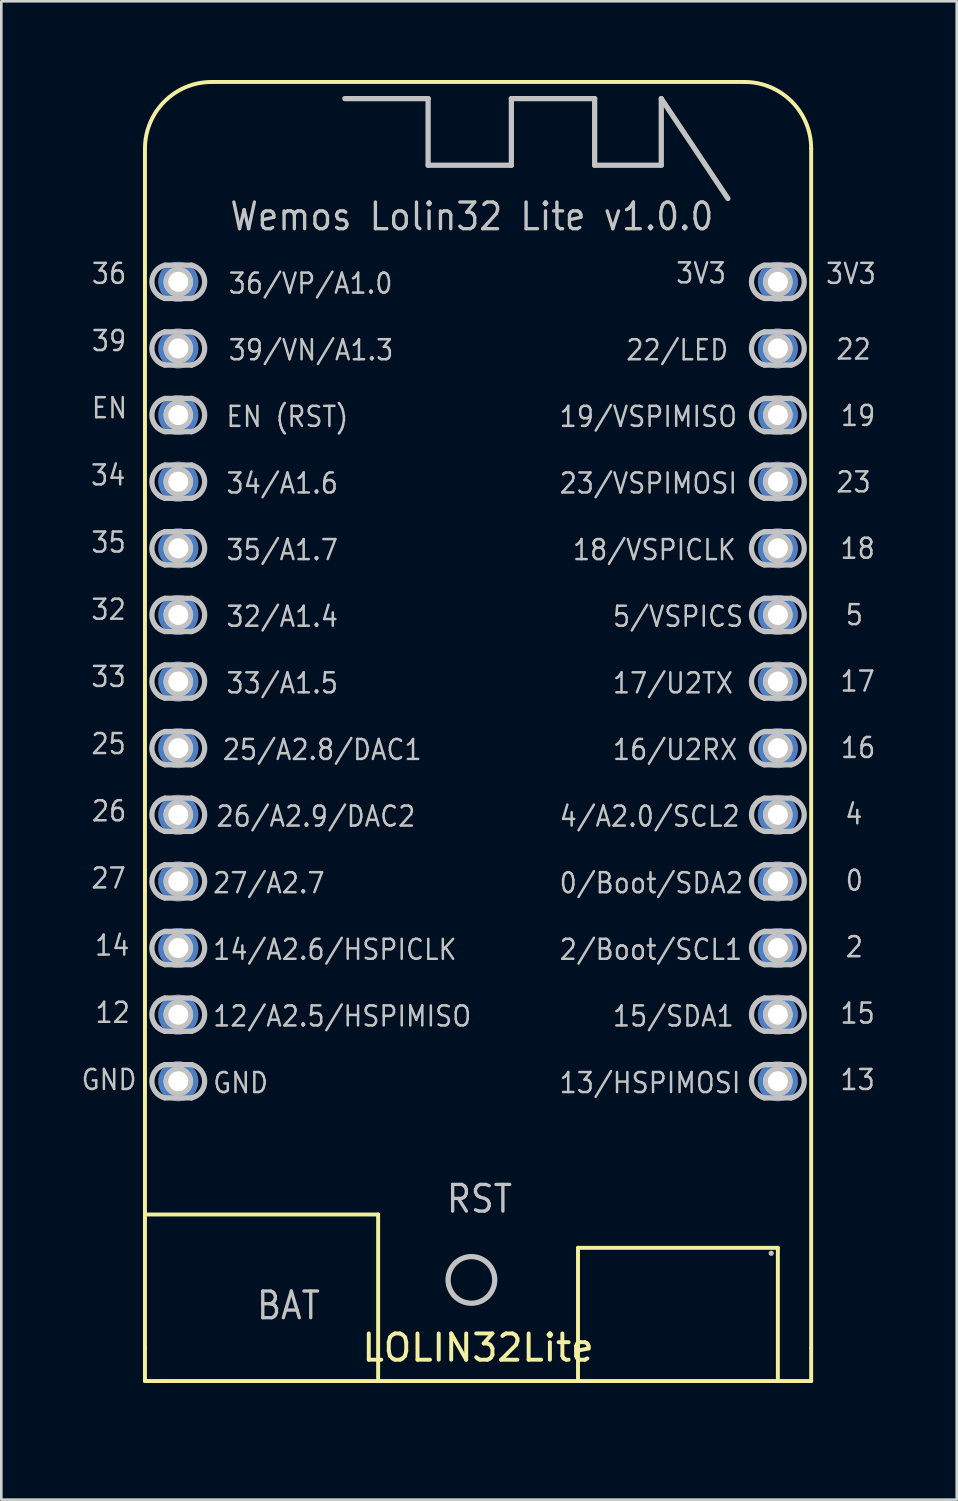
<source format=kicad_pcb>
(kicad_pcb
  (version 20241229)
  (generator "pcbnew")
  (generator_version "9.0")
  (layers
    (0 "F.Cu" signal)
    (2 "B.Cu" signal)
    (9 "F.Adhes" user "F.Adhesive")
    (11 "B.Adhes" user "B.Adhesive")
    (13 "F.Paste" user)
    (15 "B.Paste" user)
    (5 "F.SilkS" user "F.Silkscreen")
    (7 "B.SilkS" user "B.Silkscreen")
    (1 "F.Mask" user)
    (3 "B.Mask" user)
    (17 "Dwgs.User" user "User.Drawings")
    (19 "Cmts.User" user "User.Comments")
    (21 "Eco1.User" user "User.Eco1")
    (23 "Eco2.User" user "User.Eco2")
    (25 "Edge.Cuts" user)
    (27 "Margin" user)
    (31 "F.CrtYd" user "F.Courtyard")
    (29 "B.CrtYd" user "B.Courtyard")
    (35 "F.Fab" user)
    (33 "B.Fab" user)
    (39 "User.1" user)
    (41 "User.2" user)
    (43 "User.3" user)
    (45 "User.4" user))
  (footprint "LOLIN32Lite"
    (layer "F.Cu")
    (at 15.177 50.875)
    (property "Reference" "LOLIN32Lite" (at 0 -2.54 0) (layer "F.SilkS") (effects (font (size 1 1) (thickness 0.15))))
    (attr through_hole)
    (fp_line (start -12.7 -48.26) (end -12.7 -2.54) (stroke (width 0.15) (type solid)) (layer "F.SilkS"))
    (fp_line (start -12.7 -1.27) (end -12.7 -2.54) (stroke (width 0.15) (type solid)) (layer "F.SilkS"))
    (fp_line (start -10.16 -50.8) (end 10.16 -50.8) (stroke (width 0.15) (type solid)) (layer "F.SilkS"))
    (fp_line (start -3.81 -7.62) (end -12.7 -7.62) (stroke (width 0.15) (type solid)) (layer "F.SilkS"))
    (fp_line (start -3.81 -1.27) (end -3.81 -7.62) (stroke (width 0.15) (type solid)) (layer "F.SilkS"))
    (fp_line (start 3.81 -6.35) (end 11.43 -6.35) (stroke (width 0.15) (type solid)) (layer "F.SilkS"))
    (fp_line (start 3.81 -1.27) (end 3.81 -6.35) (stroke (width 0.15) (type solid)) (layer "F.SilkS"))
    (fp_line (start 11.43 -6.35) (end 11.43 -1.27) (stroke (width 0.15) (type solid)) (layer "F.SilkS"))
    (fp_line (start 12.7 -48.26) (end 12.7 -2.54) (stroke (width 0.15) (type solid)) (layer "F.SilkS"))
    (fp_line (start 12.7 -2.54) (end 12.7 -1.27) (stroke (width 0.15) (type solid)) (layer "F.SilkS"))
    (fp_line (start 12.7 -1.27) (end -12.7 -1.27) (stroke (width 0.15) (type solid)) (layer "F.SilkS"))
    (fp_arc (start -12.7 -48.26) (mid -11.956051 -50.056051) (end -10.16 -50.8) (stroke (width 0.15) (type solid)) (layer "F.SilkS"))
    (fp_arc (start 10.16 -50.8) (mid 11.956051 -50.056051) (end 12.7 -48.26) (stroke (width 0.15) (type solid)) (layer "F.SilkS"))
    (fp_line (start -11.938 -43.815) (end -10.922 -43.815) (stroke (width 0.2) (type solid)) (layer "Dwgs.User"))
    (fp_line (start -11.938 -41.275) (end -10.922 -41.275) (stroke (width 0.2) (type solid)) (layer "Dwgs.User"))
    (fp_line (start -11.938 -38.735) (end -10.922 -38.735) (stroke (width 0.2) (type solid)) (layer "Dwgs.User"))
    (fp_line (start -11.938 -36.195) (end -10.922 -36.195) (stroke (width 0.2) (type solid)) (layer "Dwgs.User"))
    (fp_line (start -11.938 -33.655) (end -10.922 -33.655) (stroke (width 0.2) (type solid)) (layer "Dwgs.User"))
    (fp_line (start -11.938 -31.115) (end -10.922 -31.115) (stroke (width 0.2) (type solid)) (layer "Dwgs.User"))
    (fp_line (start -11.938 -28.575) (end -10.922 -28.575) (stroke (width 0.2) (type solid)) (layer "Dwgs.User"))
    (fp_line (start -11.938 -26.035) (end -10.922 -26.035) (stroke (width 0.2) (type solid)) (layer "Dwgs.User"))
    (fp_line (start -11.938 -23.495) (end -10.922 -23.495) (stroke (width 0.2) (type solid)) (layer "Dwgs.User"))
    (fp_line (start -11.938 -20.955) (end -10.922 -20.955) (stroke (width 0.2) (type solid)) (layer "Dwgs.User"))
    (fp_line (start -11.938 -18.415) (end -10.922 -18.415) (stroke (width 0.2) (type solid)) (layer "Dwgs.User"))
    (fp_line (start -11.938 -15.875) (end -10.922 -15.875) (stroke (width 0.2) (type solid)) (layer "Dwgs.User"))
    (fp_line (start -11.938 -13.335) (end -10.922 -13.335) (stroke (width 0.2) (type solid)) (layer "Dwgs.User"))
    (fp_line (start -10.922 -42.545) (end -11.938 -42.545) (stroke (width 0.2) (type solid)) (layer "Dwgs.User"))
    (fp_line (start -10.922 -40.005) (end -11.938 -40.005) (stroke (width 0.2) (type solid)) (layer "Dwgs.User"))
    (fp_line (start -10.922 -37.465) (end -11.938 -37.465) (stroke (width 0.2) (type solid)) (layer "Dwgs.User"))
    (fp_line (start -10.922 -34.925) (end -11.938 -34.925) (stroke (width 0.2) (type solid)) (layer "Dwgs.User"))
    (fp_line (start -10.922 -32.385) (end -11.938 -32.385) (stroke (width 0.2) (type solid)) (layer "Dwgs.User"))
    (fp_line (start -10.922 -29.845) (end -11.938 -29.845) (stroke (width 0.2) (type solid)) (layer "Dwgs.User"))
    (fp_line (start -10.922 -27.305) (end -11.938 -27.305) (stroke (width 0.2) (type solid)) (layer "Dwgs.User"))
    (fp_line (start -10.922 -24.765) (end -11.938 -24.765) (stroke (width 0.2) (type solid)) (layer "Dwgs.User"))
    (fp_line (start -10.922 -22.225) (end -11.938 -22.225) (stroke (width 0.2) (type solid)) (layer "Dwgs.User"))
    (fp_line (start -10.922 -19.685) (end -11.938 -19.685) (stroke (width 0.2) (type solid)) (layer "Dwgs.User"))
    (fp_line (start -10.922 -17.145) (end -11.938 -17.145) (stroke (width 0.2) (type solid)) (layer "Dwgs.User"))
    (fp_line (start -10.922 -14.605) (end -11.938 -14.605) (stroke (width 0.2) (type solid)) (layer "Dwgs.User"))
    (fp_line (start -10.922 -12.065) (end -11.938 -12.065) (stroke (width 0.2) (type solid)) (layer "Dwgs.User"))
    (fp_line (start -5.08 -50.165) (end -1.905 -50.165) (stroke (width 0.2) (type solid)) (layer "Dwgs.User"))
    (fp_line (start -1.905 -50.165) (end -1.905 -47.625) (stroke (width 0.2) (type solid)) (layer "Dwgs.User"))
    (fp_line (start -1.905 -47.625) (end 1.27 -47.625) (stroke (width 0.2) (type solid)) (layer "Dwgs.User"))
    (fp_line (start 1.27 -50.165) (end 4.445 -50.165) (stroke (width 0.2) (type solid)) (layer "Dwgs.User"))
    (fp_line (start 1.27 -47.625) (end 1.27 -50.165) (stroke (width 0.2) (type solid)) (layer "Dwgs.User"))
    (fp_line (start 4.445 -50.165) (end 4.445 -47.625) (stroke (width 0.2) (type solid)) (layer "Dwgs.User"))
    (fp_line (start 4.445 -47.625) (end 6.985 -47.625) (stroke (width 0.2) (type solid)) (layer "Dwgs.User"))
    (fp_line (start 6.985 -50.165) (end 9.525 -46.355) (stroke (width 0.2) (type solid)) (layer "Dwgs.User"))
    (fp_line (start 6.985 -47.625) (end 6.985 -50.165) (stroke (width 0.2) (type solid)) (layer "Dwgs.User"))
    (fp_line (start 10.922 -43.815) (end 11.938 -43.815) (stroke (width 0.2) (type solid)) (layer "Dwgs.User"))
    (fp_line (start 10.922 -41.275) (end 11.938 -41.275) (stroke (width 0.2) (type solid)) (layer "Dwgs.User"))
    (fp_line (start 10.922 -38.735) (end 11.938 -38.735) (stroke (width 0.2) (type solid)) (layer "Dwgs.User"))
    (fp_line (start 10.922 -36.195) (end 11.938 -36.195) (stroke (width 0.2) (type solid)) (layer "Dwgs.User"))
    (fp_line (start 10.922 -33.655) (end 11.938 -33.655) (stroke (width 0.2) (type solid)) (layer "Dwgs.User"))
    (fp_line (start 10.922 -31.115) (end 11.938 -31.115) (stroke (width 0.2) (type solid)) (layer "Dwgs.User"))
    (fp_line (start 10.922 -28.575) (end 11.938 -28.575) (stroke (width 0.2) (type solid)) (layer "Dwgs.User"))
    (fp_line (start 10.922 -26.035) (end 11.938 -26.035) (stroke (width 0.2) (type solid)) (layer "Dwgs.User"))
    (fp_line (start 10.922 -23.495) (end 11.938 -23.495) (stroke (width 0.2) (type solid)) (layer "Dwgs.User"))
    (fp_line (start 10.922 -20.955) (end 11.938 -20.955) (stroke (width 0.2) (type solid)) (layer "Dwgs.User"))
    (fp_line (start 10.922 -18.415) (end 11.938 -18.415) (stroke (width 0.2) (type solid)) (layer "Dwgs.User"))
    (fp_line (start 10.922 -15.875) (end 11.938 -15.875) (stroke (width 0.2) (type solid)) (layer "Dwgs.User"))
    (fp_line (start 10.922 -13.335) (end 11.938 -13.335) (stroke (width 0.2) (type solid)) (layer "Dwgs.User"))
    (fp_line (start 11.176 -6.142) (end 11.176 -6.142) (stroke (width 0.2) (type solid)) (layer "Dwgs.User"))
    (fp_line (start 11.938 -42.545) (end 10.922 -42.545) (stroke (width 0.2) (type solid)) (layer "Dwgs.User"))
    (fp_line (start 11.938 -40.005) (end 10.922 -40.005) (stroke (width 0.2) (type solid)) (layer "Dwgs.User"))
    (fp_line (start 11.938 -37.465) (end 10.922 -37.465) (stroke (width 0.2) (type solid)) (layer "Dwgs.User"))
    (fp_line (start 11.938 -34.925) (end 10.922 -34.925) (stroke (width 0.2) (type solid)) (layer "Dwgs.User"))
    (fp_line (start 11.938 -32.385) (end 10.922 -32.385) (stroke (width 0.2) (type solid)) (layer "Dwgs.User"))
    (fp_line (start 11.938 -29.845) (end 10.922 -29.845) (stroke (width 0.2) (type solid)) (layer "Dwgs.User"))
    (fp_line (start 11.938 -27.305) (end 10.922 -27.305) (stroke (width 0.2) (type solid)) (layer "Dwgs.User"))
    (fp_line (start 11.938 -24.765) (end 10.922 -24.765) (stroke (width 0.2) (type solid)) (layer "Dwgs.User"))
    (fp_line (start 11.938 -22.225) (end 10.922 -22.225) (stroke (width 0.2) (type solid)) (layer "Dwgs.User"))
    (fp_line (start 11.938 -19.685) (end 10.922 -19.685) (stroke (width 0.2) (type solid)) (layer "Dwgs.User"))
    (fp_line (start 11.938 -17.145) (end 10.922 -17.145) (stroke (width 0.2) (type solid)) (layer "Dwgs.User"))
    (fp_line (start 11.938 -14.605) (end 10.922 -14.605) (stroke (width 0.2) (type solid)) (layer "Dwgs.User"))
    (fp_line (start 11.938 -12.065) (end 10.922 -12.065) (stroke (width 0.2) (type solid)) (layer "Dwgs.User"))
    (fp_arc (start -11.938001 -42.545) (mid -12.436729 -43.18) (end -11.938 -43.815) (stroke (width 0.2) (type solid)) (layer "Dwgs.User"))
    (fp_arc (start -11.938001 -40.005) (mid -12.436729 -40.64) (end -11.938 -41.275) (stroke (width 0.2) (type solid)) (layer "Dwgs.User"))
    (fp_arc (start -11.938001 -37.465) (mid -12.436729 -38.1) (end -11.938 -38.735) (stroke (width 0.2) (type solid)) (layer "Dwgs.User"))
    (fp_arc (start -11.938001 -34.925) (mid -12.436729 -35.56) (end -11.938 -36.195) (stroke (width 0.2) (type solid)) (layer "Dwgs.User"))
    (fp_arc (start -11.938001 -32.385) (mid -12.436729 -33.02) (end -11.938 -33.655) (stroke (width 0.2) (type solid)) (layer "Dwgs.User"))
    (fp_arc (start -11.938001 -29.845) (mid -12.436729 -30.48) (end -11.938 -31.115) (stroke (width 0.2) (type solid)) (layer "Dwgs.User"))
    (fp_arc (start -11.938001 -27.305) (mid -12.436729 -27.94) (end -11.938 -28.575) (stroke (width 0.2) (type solid)) (layer "Dwgs.User"))
    (fp_arc (start -11.938001 -24.765) (mid -12.436729 -25.4) (end -11.938 -26.035) (stroke (width 0.2) (type solid)) (layer "Dwgs.User"))
    (fp_arc (start -11.938001 -22.225) (mid -12.436729 -22.86) (end -11.938 -23.495) (stroke (width 0.2) (type solid)) (layer "Dwgs.User"))
    (fp_arc (start -11.938001 -19.685) (mid -12.436729 -20.32) (end -11.938 -20.955) (stroke (width 0.2) (type solid)) (layer "Dwgs.User"))
    (fp_arc (start -11.938001 -17.145) (mid -12.436729 -17.78) (end -11.938 -18.415) (stroke (width 0.2) (type solid)) (layer "Dwgs.User"))
    (fp_arc (start -11.938001 -14.605) (mid -12.436729 -15.24) (end -11.938 -15.875) (stroke (width 0.2) (type solid)) (layer "Dwgs.User"))
    (fp_arc (start -11.938001 -12.065) (mid -12.436729 -12.7) (end -11.938 -13.335) (stroke (width 0.2) (type solid)) (layer "Dwgs.User"))
    (fp_arc (start -10.922001 -43.815) (mid -10.423273 -43.18) (end -10.922 -42.545) (stroke (width 0.2) (type solid)) (layer "Dwgs.User"))
    (fp_arc (start -10.922001 -41.275) (mid -10.423273 -40.64) (end -10.922 -40.005) (stroke (width 0.2) (type solid)) (layer "Dwgs.User"))
    (fp_arc (start -10.922001 -38.735) (mid -10.423273 -38.1) (end -10.922 -37.465) (stroke (width 0.2) (type solid)) (layer "Dwgs.User"))
    (fp_arc (start -10.922001 -36.195) (mid -10.423273 -35.56) (end -10.922 -34.925) (stroke (width 0.2) (type solid)) (layer "Dwgs.User"))
    (fp_arc (start -10.922001 -33.655) (mid -10.423273 -33.02) (end -10.922 -32.385) (stroke (width 0.2) (type solid)) (layer "Dwgs.User"))
    (fp_arc (start -10.922001 -31.115) (mid -10.423273 -30.48) (end -10.922 -29.845) (stroke (width 0.2) (type solid)) (layer "Dwgs.User"))
    (fp_arc (start -10.922001 -28.575) (mid -10.423273 -27.94) (end -10.922 -27.305) (stroke (width 0.2) (type solid)) (layer "Dwgs.User"))
    (fp_arc (start -10.922001 -26.035) (mid -10.423273 -25.4) (end -10.922 -24.765) (stroke (width 0.2) (type solid)) (layer "Dwgs.User"))
    (fp_arc (start -10.922001 -23.495) (mid -10.423273 -22.86) (end -10.922 -22.225) (stroke (width 0.2) (type solid)) (layer "Dwgs.User"))
    (fp_arc (start -10.922001 -20.955) (mid -10.423273 -20.32) (end -10.922 -19.685) (stroke (width 0.2) (type solid)) (layer "Dwgs.User"))
    (fp_arc (start -10.922001 -18.415) (mid -10.423273 -17.78) (end -10.922 -17.145) (stroke (width 0.2) (type solid)) (layer "Dwgs.User"))
    (fp_arc (start -10.922001 -15.875) (mid -10.423273 -15.24) (end -10.922 -14.605) (stroke (width 0.2) (type solid)) (layer "Dwgs.User"))
    (fp_arc (start -10.922001 -13.335) (mid -10.423273 -12.7) (end -10.922 -12.065) (stroke (width 0.2) (type solid)) (layer "Dwgs.User"))
    (fp_arc (start 10.921999 -42.545) (mid 10.423271 -43.18) (end 10.922 -43.815) (stroke (width 0.2) (type solid)) (layer "Dwgs.User"))
    (fp_arc (start 10.921999 -40.005) (mid 10.423271 -40.64) (end 10.922 -41.275) (stroke (width 0.2) (type solid)) (layer "Dwgs.User"))
    (fp_arc (start 10.921999 -37.465) (mid 10.423271 -38.1) (end 10.922 -38.735) (stroke (width 0.2) (type solid)) (layer "Dwgs.User"))
    (fp_arc (start 10.921999 -34.925) (mid 10.423271 -35.56) (end 10.922 -36.195) (stroke (width 0.2) (type solid)) (layer "Dwgs.User"))
    (fp_arc (start 10.921999 -32.385) (mid 10.423271 -33.02) (end 10.922 -33.655) (stroke (width 0.2) (type solid)) (layer "Dwgs.User"))
    (fp_arc (start 10.921999 -29.845) (mid 10.423271 -30.48) (end 10.922 -31.115) (stroke (width 0.2) (type solid)) (layer "Dwgs.User"))
    (fp_arc (start 10.921999 -27.305) (mid 10.423271 -27.94) (end 10.922 -28.575) (stroke (width 0.2) (type solid)) (layer "Dwgs.User"))
    (fp_arc (start 10.921999 -24.765) (mid 10.423271 -25.4) (end 10.922 -26.035) (stroke (width 0.2) (type solid)) (layer "Dwgs.User"))
    (fp_arc (start 10.921999 -22.225) (mid 10.423271 -22.86) (end 10.922 -23.495) (stroke (width 0.2) (type solid)) (layer "Dwgs.User"))
    (fp_arc (start 10.921999 -19.685) (mid 10.423271 -20.32) (end 10.922 -20.955) (stroke (width 0.2) (type solid)) (layer "Dwgs.User"))
    (fp_arc (start 10.921999 -17.145) (mid 10.423271 -17.78) (end 10.922 -18.415) (stroke (width 0.2) (type solid)) (layer "Dwgs.User"))
    (fp_arc (start 10.921999 -14.605) (mid 10.423271 -15.24) (end 10.922 -15.875) (stroke (width 0.2) (type solid)) (layer "Dwgs.User"))
    (fp_arc (start 10.921999 -12.065) (mid 10.423271 -12.7) (end 10.922 -13.335) (stroke (width 0.2) (type solid)) (layer "Dwgs.User"))
    (fp_arc (start 11.938 -43.815) (mid 12.436728 -43.18) (end 11.937999 -42.545) (stroke (width 0.2) (type solid)) (layer "Dwgs.User"))
    (fp_arc (start 11.938 -41.275) (mid 12.436728 -40.64) (end 11.937999 -40.005) (stroke (width 0.2) (type solid)) (layer "Dwgs.User"))
    (fp_arc (start 11.938 -38.735) (mid 12.436728 -38.1) (end 11.937999 -37.465) (stroke (width 0.2) (type solid)) (layer "Dwgs.User"))
    (fp_arc (start 11.938 -36.195) (mid 12.436728 -35.56) (end 11.937999 -34.925) (stroke (width 0.2) (type solid)) (layer "Dwgs.User"))
    (fp_arc (start 11.938 -33.655) (mid 12.436728 -33.02) (end 11.937999 -32.385) (stroke (width 0.2) (type solid)) (layer "Dwgs.User"))
    (fp_arc (start 11.938 -31.115) (mid 12.436728 -30.48) (end 11.937999 -29.845) (stroke (width 0.2) (type solid)) (layer "Dwgs.User"))
    (fp_arc (start 11.938 -28.575) (mid 12.436728 -27.94) (end 11.937999 -27.305) (stroke (width 0.2) (type solid)) (layer "Dwgs.User"))
    (fp_arc (start 11.938 -26.035) (mid 12.436728 -25.4) (end 11.937999 -24.765) (stroke (width 0.2) (type solid)) (layer "Dwgs.User"))
    (fp_arc (start 11.938 -23.495) (mid 12.436728 -22.86) (end 11.937999 -22.225) (stroke (width 0.2) (type solid)) (layer "Dwgs.User"))
    (fp_arc (start 11.938 -20.955) (mid 12.436728 -20.32) (end 11.937999 -19.685) (stroke (width 0.2) (type solid)) (layer "Dwgs.User"))
    (fp_arc (start 11.938 -18.415) (mid 12.436728 -17.78) (end 11.937999 -17.145) (stroke (width 0.2) (type solid)) (layer "Dwgs.User"))
    (fp_arc (start 11.938 -15.875) (mid 12.436728 -15.24) (end 11.937999 -14.605) (stroke (width 0.2) (type solid)) (layer "Dwgs.User"))
    (fp_arc (start 11.938 -13.335) (mid 12.436728 -12.7) (end 11.937999 -12.065) (stroke (width 0.2) (type solid)) (layer "Dwgs.User"))
    (fp_circle (center -11.43 -43.18) (end -10.986 -43.18) (stroke (width 0.2) (type solid)) (fill no) (layer "Dwgs.User"))
    (fp_circle (center -11.43 -43.18) (end -10.966 -43.18) (stroke (width 0.2) (type solid)) (fill no) (layer "Dwgs.User"))
    (fp_circle (center -11.43 -43.18) (end -10.966 -43.18) (stroke (width 0.2) (type solid)) (fill no) (layer "Dwgs.User"))
    (fp_circle (center -11.43 -40.64) (end -10.986 -40.64) (stroke (width 0.2) (type solid)) (fill no) (layer "Dwgs.User"))
    (fp_circle (center -11.43 -40.64) (end -10.966 -40.64) (stroke (width 0.2) (type solid)) (fill no) (layer "Dwgs.User"))
    (fp_circle (center -11.43 -40.64) (end -10.966 -40.64) (stroke (width 0.2) (type solid)) (fill no) (layer "Dwgs.User"))
    (fp_circle (center -11.43 -38.1) (end -10.986 -38.1) (stroke (width 0.2) (type solid)) (fill no) (layer "Dwgs.User"))
    (fp_circle (center -11.43 -38.1) (end -10.966 -38.1) (stroke (width 0.2) (type solid)) (fill no) (layer "Dwgs.User"))
    (fp_circle (center -11.43 -38.1) (end -10.966 -38.1) (stroke (width 0.2) (type solid)) (fill no) (layer "Dwgs.User"))
    (fp_circle (center -11.43 -35.56) (end -10.986 -35.56) (stroke (width 0.2) (type solid)) (fill no) (layer "Dwgs.User"))
    (fp_circle (center -11.43 -35.56) (end -10.966 -35.56) (stroke (width 0.2) (type solid)) (fill no) (layer "Dwgs.User"))
    (fp_circle (center -11.43 -35.56) (end -10.966 -35.56) (stroke (width 0.2) (type solid)) (fill no) (layer "Dwgs.User"))
    (fp_circle (center -11.43 -33.02) (end -10.986 -33.02) (stroke (width 0.2) (type solid)) (fill no) (layer "Dwgs.User"))
    (fp_circle (center -11.43 -33.02) (end -10.966 -33.02) (stroke (width 0.2) (type solid)) (fill no) (layer "Dwgs.User"))
    (fp_circle (center -11.43 -33.02) (end -10.966 -33.02) (stroke (width 0.2) (type solid)) (fill no) (layer "Dwgs.User"))
    (fp_circle (center -11.43 -30.48) (end -10.986 -30.48) (stroke (width 0.2) (type solid)) (fill no) (layer "Dwgs.User"))
    (fp_circle (center -11.43 -30.48) (end -10.966 -30.48) (stroke (width 0.2) (type solid)) (fill no) (layer "Dwgs.User"))
    (fp_circle (center -11.43 -30.48) (end -10.966 -30.48) (stroke (width 0.2) (type solid)) (fill no) (layer "Dwgs.User"))
    (fp_circle (center -11.43 -27.94) (end -10.986 -27.94) (stroke (width 0.2) (type solid)) (fill no) (layer "Dwgs.User"))
    (fp_circle (center -11.43 -27.94) (end -10.966 -27.94) (stroke (width 0.2) (type solid)) (fill no) (layer "Dwgs.User"))
    (fp_circle (center -11.43 -27.94) (end -10.966 -27.94) (stroke (width 0.2) (type solid)) (fill no) (layer "Dwgs.User"))
    (fp_circle (center -11.43 -25.4) (end -10.986 -25.4) (stroke (width 0.2) (type solid)) (fill no) (layer "Dwgs.User"))
    (fp_circle (center -11.43 -25.4) (end -10.966 -25.4) (stroke (width 0.2) (type solid)) (fill no) (layer "Dwgs.User"))
    (fp_circle (center -11.43 -25.4) (end -10.966 -25.4) (stroke (width 0.2) (type solid)) (fill no) (layer "Dwgs.User"))
    (fp_circle (center -11.43 -22.86) (end -10.986 -22.86) (stroke (width 0.2) (type solid)) (fill no) (layer "Dwgs.User"))
    (fp_circle (center -11.43 -22.86) (end -10.966 -22.86) (stroke (width 0.2) (type solid)) (fill no) (layer "Dwgs.User"))
    (fp_circle (center -11.43 -22.86) (end -10.966 -22.86) (stroke (width 0.2) (type solid)) (fill no) (layer "Dwgs.User"))
    (fp_circle (center -11.43 -20.32) (end -10.986 -20.32) (stroke (width 0.2) (type solid)) (fill no) (layer "Dwgs.User"))
    (fp_circle (center -11.43 -20.32) (end -10.966 -20.32) (stroke (width 0.2) (type solid)) (fill no) (layer "Dwgs.User"))
    (fp_circle (center -11.43 -20.32) (end -10.966 -20.32) (stroke (width 0.2) (type solid)) (fill no) (layer "Dwgs.User"))
    (fp_circle (center -11.43 -17.78) (end -10.986 -17.78) (stroke (width 0.2) (type solid)) (fill no) (layer "Dwgs.User"))
    (fp_circle (center -11.43 -17.78) (end -10.966 -17.78) (stroke (width 0.2) (type solid)) (fill no) (layer "Dwgs.User"))
    (fp_circle (center -11.43 -17.78) (end -10.966 -17.78) (stroke (width 0.2) (type solid)) (fill no) (layer "Dwgs.User"))
    (fp_circle (center -11.43 -15.24) (end -10.986 -15.24) (stroke (width 0.2) (type solid)) (fill no) (layer "Dwgs.User"))
    (fp_circle (center -11.43 -15.24) (end -10.966 -15.24) (stroke (width 0.2) (type solid)) (fill no) (layer "Dwgs.User"))
    (fp_circle (center -11.43 -15.24) (end -10.966 -15.24) (stroke (width 0.2) (type solid)) (fill no) (layer "Dwgs.User"))
    (fp_circle (center -11.43 -12.7) (end -10.986 -12.7) (stroke (width 0.2) (type solid)) (fill no) (layer "Dwgs.User"))
    (fp_circle (center -11.43 -12.7) (end -10.966 -12.7) (stroke (width 0.2) (type solid)) (fill no) (layer "Dwgs.User"))
    (fp_circle (center -11.43 -12.7) (end -10.966 -12.7) (stroke (width 0.2) (type solid)) (fill no) (layer "Dwgs.User"))
    (fp_circle (center -0.254 -5.126) (end 0.635 -5.126) (stroke (width 0.2) (type solid)) (fill no) (layer "Dwgs.User"))
    (fp_circle (center 11.43 -43.18) (end 11.874 -43.18) (stroke (width 0.2) (type solid)) (fill no) (layer "Dwgs.User"))
    (fp_circle (center 11.43 -43.18) (end 11.894 -43.18) (stroke (width 0.2) (type solid)) (fill no) (layer "Dwgs.User"))
    (fp_circle (center 11.43 -43.18) (end 11.894 -43.18) (stroke (width 0.2) (type solid)) (fill no) (layer "Dwgs.User"))
    (fp_circle (center 11.43 -40.64) (end 11.874 -40.64) (stroke (width 0.2) (type solid)) (fill no) (layer "Dwgs.User"))
    (fp_circle (center 11.43 -40.64) (end 11.894 -40.64) (stroke (width 0.2) (type solid)) (fill no) (layer "Dwgs.User"))
    (fp_circle (center 11.43 -40.64) (end 11.894 -40.64) (stroke (width 0.2) (type solid)) (fill no) (layer "Dwgs.User"))
    (fp_circle (center 11.43 -38.1) (end 11.874 -38.1) (stroke (width 0.2) (type solid)) (fill no) (layer "Dwgs.User"))
    (fp_circle (center 11.43 -38.1) (end 11.894 -38.1) (stroke (width 0.2) (type solid)) (fill no) (layer "Dwgs.User"))
    (fp_circle (center 11.43 -38.1) (end 11.894 -38.1) (stroke (width 0.2) (type solid)) (fill no) (layer "Dwgs.User"))
    (fp_circle (center 11.43 -35.56) (end 11.874 -35.56) (stroke (width 0.2) (type solid)) (fill no) (layer "Dwgs.User"))
    (fp_circle (center 11.43 -35.56) (end 11.894 -35.56) (stroke (width 0.2) (type solid)) (fill no) (layer "Dwgs.User"))
    (fp_circle (center 11.43 -35.56) (end 11.894 -35.56) (stroke (width 0.2) (type solid)) (fill no) (layer "Dwgs.User"))
    (fp_circle (center 11.43 -33.02) (end 11.874 -33.02) (stroke (width 0.2) (type solid)) (fill no) (layer "Dwgs.User"))
    (fp_circle (center 11.43 -33.02) (end 11.894 -33.02) (stroke (width 0.2) (type solid)) (fill no) (layer "Dwgs.User"))
    (fp_circle (center 11.43 -33.02) (end 11.894 -33.02) (stroke (width 0.2) (type solid)) (fill no) (layer "Dwgs.User"))
    (fp_circle (center 11.43 -30.48) (end 11.874 -30.48) (stroke (width 0.2) (type solid)) (fill no) (layer "Dwgs.User"))
    (fp_circle (center 11.43 -30.48) (end 11.894 -30.48) (stroke (width 0.2) (type solid)) (fill no) (layer "Dwgs.User"))
    (fp_circle (center 11.43 -30.48) (end 11.894 -30.48) (stroke (width 0.2) (type solid)) (fill no) (layer "Dwgs.User"))
    (fp_circle (center 11.43 -27.94) (end 11.874 -27.94) (stroke (width 0.2) (type solid)) (fill no) (layer "Dwgs.User"))
    (fp_circle (center 11.43 -27.94) (end 11.894 -27.94) (stroke (width 0.2) (type solid)) (fill no) (layer "Dwgs.User"))
    (fp_circle (center 11.43 -27.94) (end 11.894 -27.94) (stroke (width 0.2) (type solid)) (fill no) (layer "Dwgs.User"))
    (fp_circle (center 11.43 -25.4) (end 11.874 -25.4) (stroke (width 0.2) (type solid)) (fill no) (layer "Dwgs.User"))
    (fp_circle (center 11.43 -25.4) (end 11.894 -25.4) (stroke (width 0.2) (type solid)) (fill no) (layer "Dwgs.User"))
    (fp_circle (center 11.43 -25.4) (end 11.894 -25.4) (stroke (width 0.2) (type solid)) (fill no) (layer "Dwgs.User"))
    (fp_circle (center 11.43 -22.86) (end 11.874 -22.86) (stroke (width 0.2) (type solid)) (fill no) (layer "Dwgs.User"))
    (fp_circle (center 11.43 -22.86) (end 11.894 -22.86) (stroke (width 0.2) (type solid)) (fill no) (layer "Dwgs.User"))
    (fp_circle (center 11.43 -22.86) (end 11.894 -22.86) (stroke (width 0.2) (type solid)) (fill no) (layer "Dwgs.User"))
    (fp_circle (center 11.43 -20.32) (end 11.874 -20.32) (stroke (width 0.2) (type solid)) (fill no) (layer "Dwgs.User"))
    (fp_circle (center 11.43 -20.32) (end 11.894 -20.32) (stroke (width 0.2) (type solid)) (fill no) (layer "Dwgs.User"))
    (fp_circle (center 11.43 -20.32) (end 11.894 -20.32) (stroke (width 0.2) (type solid)) (fill no) (layer "Dwgs.User"))
    (fp_circle (center 11.43 -17.78) (end 11.874 -17.78) (stroke (width 0.2) (type solid)) (fill no) (layer "Dwgs.User"))
    (fp_circle (center 11.43 -17.78) (end 11.894 -17.78) (stroke (width 0.2) (type solid)) (fill no) (layer "Dwgs.User"))
    (fp_circle (center 11.43 -17.78) (end 11.894 -17.78) (stroke (width 0.2) (type solid)) (fill no) (layer "Dwgs.User"))
    (fp_circle (center 11.43 -15.24) (end 11.874 -15.24) (stroke (width 0.2) (type solid)) (fill no) (layer "Dwgs.User"))
    (fp_circle (center 11.43 -15.24) (end 11.894 -15.24) (stroke (width 0.2) (type solid)) (fill no) (layer "Dwgs.User"))
    (fp_circle (center 11.43 -15.24) (end 11.894 -15.24) (stroke (width 0.2) (type solid)) (fill no) (layer "Dwgs.User"))
    (fp_circle (center 11.43 -12.7) (end 11.874 -12.7) (stroke (width 0.2) (type solid)) (fill no) (layer "Dwgs.User"))
    (fp_circle (center 11.43 -12.7) (end 11.894 -12.7) (stroke (width 0.2) (type solid)) (fill no) (layer "Dwgs.User"))
    (fp_circle (center 11.43 -12.7) (end 11.894 -12.7) (stroke (width 0.2) (type solid)) (fill no) (layer "Dwgs.User"))
    (fp_text user "33/A1.5" (at -9.652 -27.432 0) (layer "Dwgs.User") (effects (font (size 0.762 0.686) (thickness 0.095)) (justify left bottom)))
    (fp_text user "33" (at -14.803 -27.677 0) (layer "Dwgs.User") (effects (font (size 0.762 0.686) (thickness 0.095)) (justify left bottom)))
    (fp_text user "39/VN/A1.3" (at -9.568 -40.132 0) (layer "Dwgs.User") (effects (font (size 0.762 0.686) (thickness 0.095)) (justify left bottom)))
    (fp_text user "19/VSPIMISO" (at 3.048 -37.592 0) (layer "Dwgs.User") (effects (font (size 0.762 0.686) (thickness 0.095)) (justify left bottom)))
    (fp_text user "34" (at -14.82 -35.36 0) (layer "Dwgs.User") (effects (font (size 0.762 0.686) (thickness 0.095)) (justify left bottom)))
    (fp_text user "32/A1.4" (at -9.652 -29.972 0) (layer "Dwgs.User") (effects (font (size 0.762 0.686) (thickness 0.095)) (justify left bottom)))
    (fp_text user "26/A2.9/DAC2" (at -10.036 -22.352 0) (layer "Dwgs.User") (effects (font (size 0.762 0.686) (thickness 0.095)) (justify left bottom)))
    (fp_text user "35/A1.7" (at -9.652 -32.512 0) (layer "Dwgs.User") (effects (font (size 0.762 0.686) (thickness 0.095)) (justify left bottom)))
    (fp_text user "27" (at -14.803 -19.993 0) (layer "Dwgs.User") (effects (font (size 0.762 0.686) (thickness 0.095)) (justify left bottom)))
    (fp_text user "EN (RST)" (at -9.652 -37.592 0) (layer "Dwgs.User") (effects (font (size 0.762 0.686) (thickness 0.095)) (justify left bottom)))
    (fp_text user "Wemos Lolin32 Lite v1.0.0" (at -9.525 -45.076 0) (layer "Dwgs.User") (effects (font (size 1.016 0.914) (thickness 0.127)) (justify left bottom)))
    (fp_text user "3V3" (at 7.493 -43.063 0) (layer "Dwgs.User") (effects (font (size 0.762 0.686) (thickness 0.095)) (justify left bottom)))
    (fp_text user "2/Boot/SCL1" (at 3.048 -17.272 0) (layer "Dwgs.User") (effects (font (size 0.762 0.686) (thickness 0.095)) (justify left bottom)))
    (fp_text user "GND" (at -15.177 -12.31 0) (layer "Dwgs.User") (effects (font (size 0.762 0.686) (thickness 0.095)) (justify left bottom)))
    (fp_text user "13" (at 13.755 -12.31 0) (layer "Dwgs.User") (effects (font (size 0.762 0.686) (thickness 0.095)) (justify left bottom)))
    (fp_text user "15" (at 13.755 -14.841 0) (layer "Dwgs.User") (effects (font (size 0.762 0.686) (thickness 0.095)) (justify left bottom)))
    (fp_text user "16" (at 13.773 -24.968 0) (layer "Dwgs.User") (effects (font (size 0.762 0.686) (thickness 0.095)) (justify left bottom)))
    (fp_text user "17" (at 13.755 -27.5 0) (layer "Dwgs.User") (effects (font (size 0.762 0.686) (thickness 0.095)) (justify left bottom)))
    (fp_text user "0" (at 13.956 -19.905 0) (layer "Dwgs.User") (effects (font (size 0.762 0.686) (thickness 0.095)) (justify left bottom)))
    (fp_text user "BAT" (at -8.509 -3.556 0) (layer "Dwgs.User") (effects (font (size 1.016 0.914) (thickness 0.127)) (justify left bottom)))
    (fp_text user "4" (at 13.938 -22.437 0) (layer "Dwgs.User") (effects (font (size 0.762 0.686) (thickness 0.095)) (justify left bottom)))
    (fp_text user "23" (at 13.599 -35.095 0) (layer "Dwgs.User") (effects (font (size 0.762 0.686) (thickness 0.095)) (justify left bottom)))
    (fp_text user "17/U2TX" (at 5.08 -27.432 0) (layer "Dwgs.User") (effects (font (size 0.762 0.686) (thickness 0.095)) (justify left bottom)))
    (fp_text user "25/A2.8/DAC1" (at -9.794 -24.892 0) (layer "Dwgs.User") (effects (font (size 0.762 0.686) (thickness 0.095)) (justify left bottom)))
    (fp_text user "22/LED" (at 5.588 -40.132 0) (layer "Dwgs.User") (effects (font (size 0.762 0.686) (thickness 0.095)) (justify left bottom)))
    (fp_text user "39" (at -14.785 -40.483 0) (layer "Dwgs.User") (effects (font (size 0.762 0.686) (thickness 0.095)) (justify left bottom)))
    (fp_text user "12" (at -14.647 -14.871 0) (layer "Dwgs.User") (effects (font (size 0.762 0.686) (thickness 0.095)) (justify left bottom)))
    (fp_text user "19" (at 13.773 -37.627 0) (layer "Dwgs.User") (effects (font (size 0.762 0.686) (thickness 0.095)) (justify left bottom)))
    (fp_text user "13/HSPIMOSI" (at 3.048 -12.192 0) (layer "Dwgs.User") (effects (font (size 0.762 0.686) (thickness 0.095)) (justify left bottom)))
    (fp_text user "14" (at -14.665 -17.432 0) (layer "Dwgs.User") (effects (font (size 0.762 0.686) (thickness 0.095)) (justify left bottom)))
    (fp_text user "0/Boot/SDA2" (at 3.048 -19.812 0) (layer "Dwgs.User") (effects (font (size 0.762 0.686) (thickness 0.095)) (justify left bottom)))
    (fp_text user "26" (at -14.785 -22.554 0) (layer "Dwgs.User") (effects (font (size 0.762 0.686) (thickness 0.095)) (justify left bottom)))
    (fp_text user "5" (at 13.956 -30.032 0) (layer "Dwgs.User") (effects (font (size 0.762 0.686) (thickness 0.095)) (justify left bottom)))
    (fp_text user "23/VSPIMOSI" (at 3.048 -35.052 0) (layer "Dwgs.User") (effects (font (size 0.762 0.686) (thickness 0.095)) (justify left bottom)))
    (fp_text user "18/VSPICLK" (at 3.556 -32.512 0) (layer "Dwgs.User") (effects (font (size 0.762 0.686) (thickness 0.095)) (justify left bottom)))
    (fp_text user "16/U2RX" (at 5.08 -24.892 0) (layer "Dwgs.User") (effects (font (size 0.762 0.686) (thickness 0.095)) (justify left bottom)))
    (fp_text user "GND" (at -10.16 -12.192 0) (layer "Dwgs.User") (effects (font (size 0.762 0.686) (thickness 0.095)) (justify left bottom)))
    (fp_text user "25" (at -14.803 -25.116 0) (layer "Dwgs.User") (effects (font (size 0.762 0.686) (thickness 0.095)) (justify left bottom)))
    (fp_text user "34/A1.6" (at -9.652 -35.052 0) (layer "Dwgs.User") (effects (font (size 0.762 0.686) (thickness 0.095)) (justify left bottom)))
    (fp_text user "4/A2.0/SCL2" (at 3.048 -22.352 0) (layer "Dwgs.User") (effects (font (size 0.762 0.686) (thickness 0.095)) (justify left bottom)))
    (fp_text user "22" (at 13.599 -40.159 0) (layer "Dwgs.User") (effects (font (size 0.762 0.686) (thickness 0.095)) (justify left bottom)))
    (fp_text user "14/A2.6/HSPICLK" (at -10.16 -17.272 0) (layer "Dwgs.User") (effects (font (size 0.762 0.686) (thickness 0.095)) (justify left bottom)))
    (fp_text user "3V3" (at 13.208 -43.044 0) (layer "Dwgs.User") (effects (font (size 0.762 0.686) (thickness 0.095)) (justify left bottom)))
    (fp_text user "36/VP/A1.0" (at -9.568 -42.672 0) (layer "Dwgs.User") (effects (font (size 0.762 0.686) (thickness 0.095)) (justify left bottom)))
    (fp_text user "2" (at 13.956 -17.373 0) (layer "Dwgs.User") (effects (font (size 0.762 0.686) (thickness 0.095)) (justify left bottom)))
    (fp_text user "27/A2.7" (at -10.16 -19.812 0) (layer "Dwgs.User") (effects (font (size 0.762 0.686) (thickness 0.095)) (justify left bottom)))
    (fp_text user "RST" (at -1.27 -7.62 0) (layer "Dwgs.User") (effects (font (size 1.016 0.914) (thickness 0.127)) (justify left bottom)))
    (fp_text user "35" (at -14.803 -32.799 0) (layer "Dwgs.User") (effects (font (size 0.762 0.686) (thickness 0.095)) (justify left bottom)))
    (fp_text user "32" (at -14.803 -30.238 0) (layer "Dwgs.User") (effects (font (size 0.762 0.686) (thickness 0.095)) (justify left bottom)))
    (fp_text user "15/SDA1" (at 5.08 -14.732 0) (layer "Dwgs.User") (effects (font (size 0.762 0.686) (thickness 0.095)) (justify left bottom)))
    (fp_text user "36" (at -14.785 -43.044 0) (layer "Dwgs.User") (effects (font (size 0.762 0.686) (thickness 0.095)) (justify left bottom)))
    (fp_text user "12/A2.5/HSPIMISO" (at -10.16 -14.732 0) (layer "Dwgs.User") (effects (font (size 0.762 0.686) (thickness 0.095)) (justify left bottom)))
    (fp_text user "EN" (at -14.785 -37.921 0) (layer "Dwgs.User") (effects (font (size 0.762 0.686) (thickness 0.095)) (justify left bottom)))
    (fp_text user "18" (at 13.755 -32.564 0) (layer "Dwgs.User") (effects (font (size 0.762 0.686) (thickness 0.095)) (justify left bottom)))
    (fp_text user "5/VSPICS" (at 5.08 -29.972 0) (layer "Dwgs.User") (effects (font (size 0.762 0.686) (thickness 0.095)) (justify left bottom)))
    (pad "1" thru_hole circle (at -11.43 -43.18) (size 1.524 1.524) (drill 0.762) (layers "*.Cu" "*.Mask"))
    (pad "2" thru_hole circle (at -11.43 -40.64) (size 1.524 1.524) (drill 0.762) (layers "*.Cu" "*.Mask"))
    (pad "3" thru_hole circle (at -11.43 -38.1) (size 1.524 1.524) (drill 0.762) (layers "*.Cu" "*.Mask"))
    (pad "4" thru_hole circle (at -11.43 -35.56) (size 1.524 1.524) (drill 0.762) (layers "*.Cu" "*.Mask"))
    (pad "5" thru_hole circle (at -11.43 -33.02) (size 1.524 1.524) (drill 0.762) (layers "*.Cu" "*.Mask"))
    (pad "6" thru_hole circle (at -11.43 -30.48) (size 1.524 1.524) (drill 0.762) (layers "*.Cu" "*.Mask"))
    (pad "7" thru_hole circle (at -11.43 -27.94) (size 1.524 1.524) (drill 0.762) (layers "*.Cu" "*.Mask"))
    (pad "8" thru_hole circle (at -11.43 -25.4) (size 1.524 1.524) (drill 0.762) (layers "*.Cu" "*.Mask"))
    (pad "9" thru_hole circle (at -11.43 -22.86) (size 1.524 1.524) (drill 0.762) (layers "*.Cu" "*.Mask"))
    (pad "10" thru_hole circle (at -11.43 -20.32) (size 1.524 1.524) (drill 0.762) (layers "*.Cu" "*.Mask"))
    (pad "11" thru_hole circle (at -11.43 -17.78) (size 1.524 1.524) (drill 0.762) (layers "*.Cu" "*.Mask"))
    (pad "12" thru_hole circle (at -11.43 -15.24) (size 1.524 1.524) (drill 0.762) (layers "*.Cu" "*.Mask"))
    (pad "13" thru_hole circle (at -11.43 -12.7) (size 1.524 1.524) (drill 0.762) (layers "*.Cu" "*.Mask"))
    (pad "14" thru_hole circle (at 11.43 -43.18) (size 1.524 1.524) (drill 0.762) (layers "*.Cu" "*.Mask"))
    (pad "15" thru_hole circle (at 11.43 -40.64) (size 1.524 1.524) (drill 0.762) (layers "*.Cu" "*.Mask"))
    (pad "16" thru_hole circle (at 11.43 -38.1) (size 1.524 1.524) (drill 0.762) (layers "*.Cu" "*.Mask"))
    (pad "17" thru_hole circle (at 11.43 -35.56) (size 1.524 1.524) (drill 0.762) (layers "*.Cu" "*.Mask"))
    (pad "18" thru_hole circle (at 11.43 -33.02) (size 1.524 1.524) (drill 0.762) (layers "*.Cu" "*.Mask"))
    (pad "19" thru_hole circle (at 11.43 -30.48) (size 1.524 1.524) (drill 0.762) (layers "*.Cu" "*.Mask"))
    (pad "20" thru_hole circle (at 11.43 -27.94) (size 1.524 1.524) (drill 0.762) (layers "*.Cu" "*.Mask"))
    (pad "21" thru_hole circle (at 11.43 -25.4) (size 1.524 1.524) (drill 0.762) (layers "*.Cu" "*.Mask"))
    (pad "22" thru_hole circle (at 11.43 -22.86) (size 1.524 1.524) (drill 0.762) (layers "*.Cu" "*.Mask"))
    (pad "23" thru_hole circle (at 11.43 -20.32) (size 1.524 1.524) (drill 0.762) (layers "*.Cu" "*.Mask"))
    (pad "24" thru_hole circle (at 11.43 -17.78) (size 1.524 1.524) (drill 0.762) (layers "*.Cu" "*.Mask"))
    (pad "25" thru_hole circle (at 11.43 -15.24) (size 1.524 1.524) (drill 0.762) (layers "*.Cu" "*.Mask"))
    (pad "26" thru_hole circle (at 11.43 -12.7) (size 1.524 1.524) (drill 0.762) (layers "*.Cu" "*.Mask")))
  (gr_rect
    (start -3 -3)
    (end 33.427 54.125)
    (stroke (width 0.1) (type default))
    (fill no)
    (layer "Edge.Cuts")))
</source>
